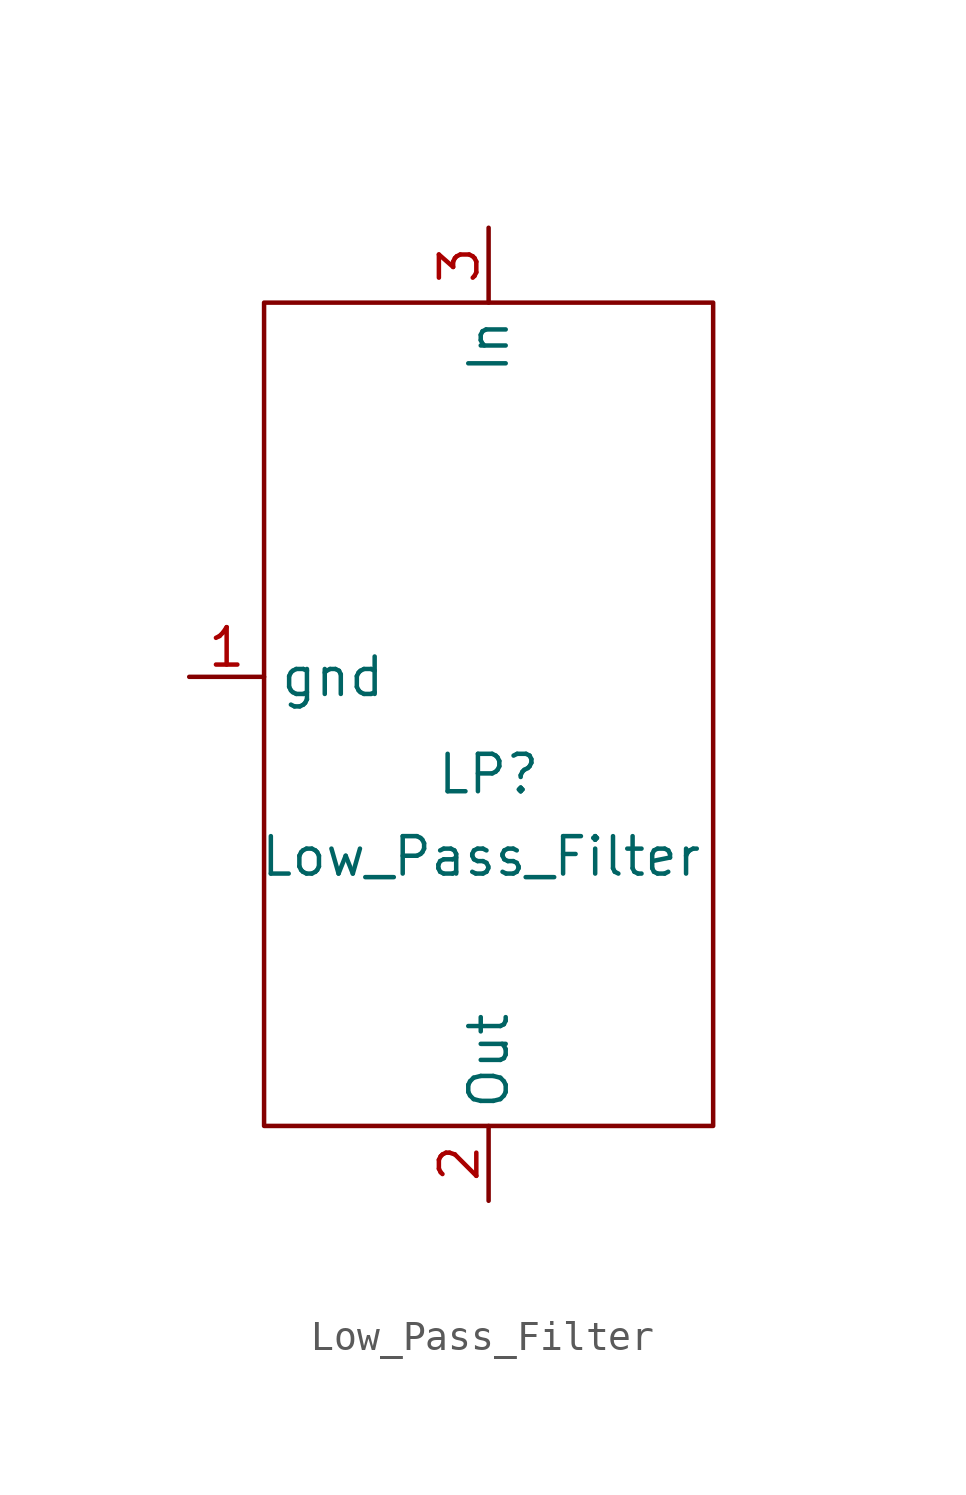
<source format=kicad_sym>
(kicad_symbol_lib
  (version 20211014)
  (generator kicad_symbol_editor)
  (symbol "Low_Pass_Filter"
    (property "Reference" "LP"
      (at 0 -18.542 0)
      (effects (font (size 1.27 1.27))))
    (property "Value" "Low_Pass_Filter"
      (at -0.254 -21.336 0)
      (effects (font (size 1.27 1.27))))
    (symbol "Low_Pass_Filter_0_1"
      (rectangle (start -7.62 -2.54) (end 7.62 -30.48) (stroke (width 0) (type default) (color 0 0 0 0)) (fill (type none))))
    (symbol "Low_Pass_Filter_1_1"
      (pin passive line (at -10.16 -15.24 0) (length 2.54) (name "gnd" (effects (font (size 1.27 1.27)))) (number "1" (effects (font (size 1.27 1.27)))))
      (pin passive line (at 0 -33.02 90) (length 2.54) (name "Out" (effects (font (size 1.27 1.27)))) (number "2" (effects (font (size 1.27 1.27)))))
      (pin passive line (at 0 0 270) (length 2.54) (name "In" (effects (font (size 1.27 1.27)))) (number "3" (effects (font (size 1.27 1.27)))))
      (pin no_connect line (at 10.16 -15.24 180) (length 2.54) hide (name "mid" (effects (font (size 1.27 1.27)))) (number "4" (effects (font (size 1.27 1.27))))))))
</source>
